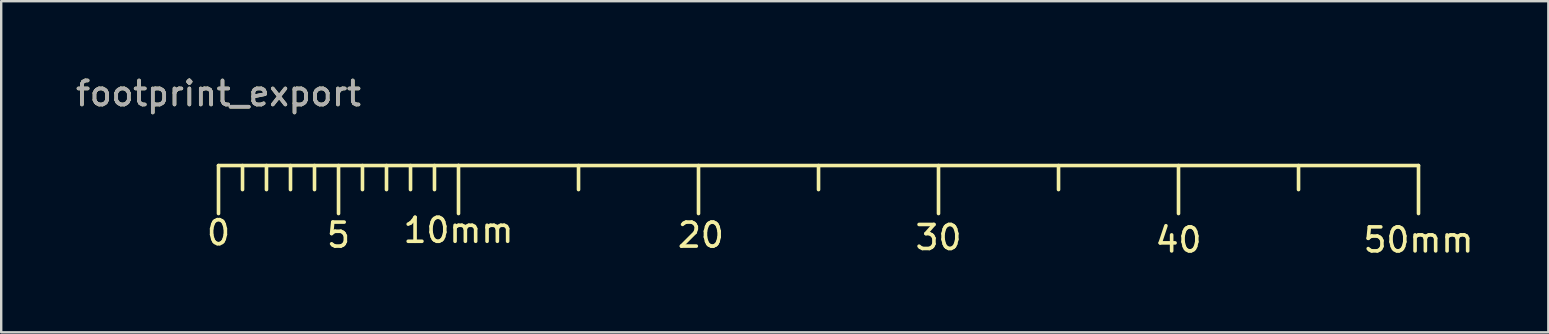
<source format=kicad_pcb>
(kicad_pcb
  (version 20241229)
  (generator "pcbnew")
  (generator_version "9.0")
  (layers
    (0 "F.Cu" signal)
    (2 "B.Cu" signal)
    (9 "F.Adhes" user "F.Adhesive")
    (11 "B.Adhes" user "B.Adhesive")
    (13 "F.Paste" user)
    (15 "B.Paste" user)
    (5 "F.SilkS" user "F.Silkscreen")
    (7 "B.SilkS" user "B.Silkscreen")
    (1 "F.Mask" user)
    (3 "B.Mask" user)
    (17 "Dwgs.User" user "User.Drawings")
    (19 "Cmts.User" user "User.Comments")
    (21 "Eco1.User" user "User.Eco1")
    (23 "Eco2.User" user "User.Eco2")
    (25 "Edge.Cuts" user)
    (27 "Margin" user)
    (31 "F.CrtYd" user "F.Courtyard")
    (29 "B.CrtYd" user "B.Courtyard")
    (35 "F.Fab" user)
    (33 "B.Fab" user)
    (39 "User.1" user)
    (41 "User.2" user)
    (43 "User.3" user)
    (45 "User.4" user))
  (footprint "footprint_export"
    (layer "F.Cu")
    (at 6.054 3.848)
    (property "Reference" "footprint_export" (at 0 -3 0) (layer "F.SilkS") (effects (font (size 1 1) (thickness 0.15))))
    (attr exclude_from_pos_files exclude_from_bom)
    (fp_line (start 0 0) (end 0 1.999) (stroke (width 0.15) (type solid)) (layer "F.SilkS"))
    (fp_line (start 0 0) (end 10 0) (stroke (width 0.15) (type solid)) (layer "F.SilkS"))
    (fp_line (start 1.001 0) (end 1.001 1.001) (stroke (width 0.15) (type solid)) (layer "F.SilkS"))
    (fp_line (start 1.999 0) (end 1.999 1.001) (stroke (width 0.15) (type solid)) (layer "F.SilkS"))
    (fp_line (start 3 0) (end 3 1.001) (stroke (width 0.15) (type solid)) (layer "F.SilkS"))
    (fp_line (start 4 0) (end 4 1.001) (stroke (width 0.15) (type solid)) (layer "F.SilkS"))
    (fp_line (start 5.001 0) (end 5.001 1.999) (stroke (width 0.15) (type solid)) (layer "F.SilkS"))
    (fp_line (start 5.999 0) (end 5.999 1.001) (stroke (width 0.15) (type solid)) (layer "F.SilkS"))
    (fp_line (start 7 0) (end 7 1.001) (stroke (width 0.15) (type solid)) (layer "F.SilkS"))
    (fp_line (start 8.001 0) (end 8.001 1.001) (stroke (width 0.15) (type solid)) (layer "F.SilkS"))
    (fp_line (start 8.999 0) (end 8.999 1.001) (stroke (width 0.15) (type solid)) (layer "F.SilkS"))
    (fp_line (start 10 0) (end 10 1.999) (stroke (width 0.15) (type solid)) (layer "F.SilkS"))
    (fp_line (start 10 0) (end 50 0) (stroke (width 0.15) (type solid)) (layer "F.SilkS"))
    (fp_line (start 15.001 0) (end 15.001 1.001) (stroke (width 0.15) (type solid)) (layer "F.SilkS"))
    (fp_line (start 20 0) (end 20 1.999) (stroke (width 0.15) (type solid)) (layer "F.SilkS"))
    (fp_line (start 25.001 0) (end 25.001 1.001) (stroke (width 0.15) (type solid)) (layer "F.SilkS"))
    (fp_line (start 30 0) (end 30 1.999) (stroke (width 0.15) (type solid)) (layer "F.SilkS"))
    (fp_line (start 35.001 0) (end 35.001 1.001) (stroke (width 0.15) (type solid)) (layer "F.SilkS"))
    (fp_line (start 40 0) (end 40 1.999) (stroke (width 0.15) (type solid)) (layer "F.SilkS"))
    (fp_line (start 45.001 0) (end 45.001 1.001) (stroke (width 0.15) (type solid)) (layer "F.SilkS"))
    (fp_line (start 50 0) (end 50 1.999) (stroke (width 0.15) (type solid)) (layer "F.SilkS"))
    (fp_text user "10mm" (at 10 2.7 0) (layer "F.SilkS") (effects (font (size 1 1) (thickness 0.15))))
    (fp_text user "20" (at 20.099 2.901 0) (layer "F.SilkS") (effects (font (size 1 1) (thickness 0.15))))
    (fp_text user "0" (at 0 2.799 0) (layer "F.SilkS") (effects (font (size 1 1) (thickness 0.15))))
    (fp_text user "40" (at 40 3.101 0) (layer "F.SilkS") (effects (font (size 1 1) (thickness 0.15))))
    (fp_text user "50mm" (at 50 3.101 0) (layer "F.SilkS") (effects (font (size 1 1) (thickness 0.15))))
    (fp_text user "5" (at 4.999 2.901 0) (layer "F.SilkS") (effects (font (size 1 1) (thickness 0.15))))
    (fp_text user "30" (at 30 3 0) (layer "F.SilkS") (effects (font (size 1 1) (thickness 0.15))))
    (fp_text user "${REFERENCE}" (at 0 -3 0) (layer "F.Fab") (effects (font (size 1 1) (thickness 0.15)))))
  (gr_rect
    (start -3 -3)
    (end 61.464 10.798)
    (stroke (width 0.1) (type default))
    (fill no)
    (layer "Edge.Cuts")))
</source>
